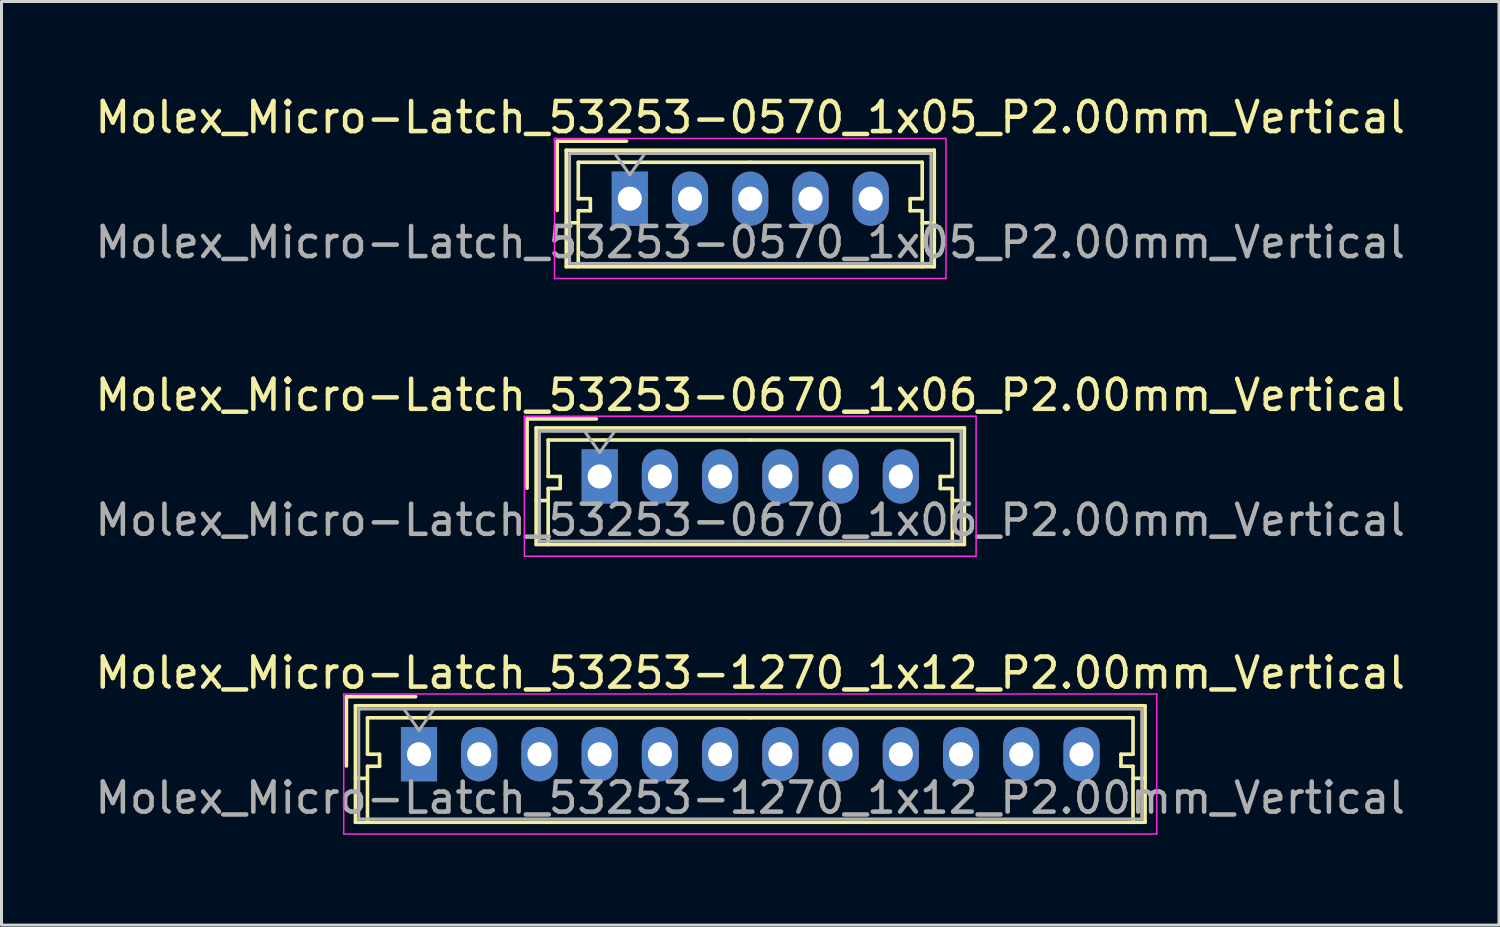
<source format=kicad_pcb>
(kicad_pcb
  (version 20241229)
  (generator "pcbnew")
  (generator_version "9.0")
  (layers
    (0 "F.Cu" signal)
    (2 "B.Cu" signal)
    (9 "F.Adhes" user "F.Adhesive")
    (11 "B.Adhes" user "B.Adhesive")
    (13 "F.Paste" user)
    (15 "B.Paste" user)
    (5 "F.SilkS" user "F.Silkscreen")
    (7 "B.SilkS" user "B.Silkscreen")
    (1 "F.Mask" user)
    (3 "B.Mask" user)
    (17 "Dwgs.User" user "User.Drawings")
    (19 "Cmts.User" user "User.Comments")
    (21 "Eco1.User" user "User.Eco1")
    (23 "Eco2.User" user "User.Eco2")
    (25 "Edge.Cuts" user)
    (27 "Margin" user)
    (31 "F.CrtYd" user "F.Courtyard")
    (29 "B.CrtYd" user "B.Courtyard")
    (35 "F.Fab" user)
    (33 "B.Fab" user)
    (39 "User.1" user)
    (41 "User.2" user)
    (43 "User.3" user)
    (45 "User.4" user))
  (footprint "Molex_Micro-Latch_53253-0570_1x05_P2.00mm_Vertical"
    (layer "F.Cu")
    (at 17.863 3.548)
    (property "Reference" "Molex_Micro-Latch_53253-0570_1x05_P2.00mm_Vertical" (at 4 -2.7 0) (layer "F.SilkS") (effects (font (size 1 1) (thickness 0.15))))
    (attr through_hole)
    (fp_line (start -2.41 -1.91) (end -2.41 0.39) (stroke (width 0.12) (type solid)) (layer "F.SilkS"))
    (fp_line (start -2.11 -1.61) (end -2.11 2.26) (stroke (width 0.12) (type solid)) (layer "F.SilkS"))
    (fp_line (start -2.11 0.8) (end -1.71 0.8) (stroke (width 0.12) (type solid)) (layer "F.SilkS"))
    (fp_line (start -2.11 2.26) (end 10.11 2.26) (stroke (width 0.12) (type solid)) (layer "F.SilkS"))
    (fp_line (start -1.71 -1.21) (end -1.71 0) (stroke (width 0.12) (type solid)) (layer "F.SilkS"))
    (fp_line (start -1.71 0) (end -1.31 0) (stroke (width 0.12) (type solid)) (layer "F.SilkS"))
    (fp_line (start -1.71 0.4) (end -1.71 2.26) (stroke (width 0.12) (type solid)) (layer "F.SilkS"))
    (fp_line (start -1.31 0) (end -1.31 0.4) (stroke (width 0.12) (type solid)) (layer "F.SilkS"))
    (fp_line (start -1.31 0.4) (end -1.71 0.4) (stroke (width 0.12) (type solid)) (layer "F.SilkS"))
    (fp_line (start -0.11 -1.91) (end -2.41 -1.91) (stroke (width 0.12) (type solid)) (layer "F.SilkS"))
    (fp_line (start 4 -1.21) (end -1.71 -1.21) (stroke (width 0.12) (type solid)) (layer "F.SilkS"))
    (fp_line (start 4 -1.21) (end 9.71 -1.21) (stroke (width 0.12) (type solid)) (layer "F.SilkS"))
    (fp_line (start 9.31 0) (end 9.31 0.4) (stroke (width 0.12) (type solid)) (layer "F.SilkS"))
    (fp_line (start 9.31 0.4) (end 9.71 0.4) (stroke (width 0.12) (type solid)) (layer "F.SilkS"))
    (fp_line (start 9.71 -1.21) (end 9.71 0) (stroke (width 0.12) (type solid)) (layer "F.SilkS"))
    (fp_line (start 9.71 0) (end 9.31 0) (stroke (width 0.12) (type solid)) (layer "F.SilkS"))
    (fp_line (start 9.71 0.4) (end 9.71 2.26) (stroke (width 0.12) (type solid)) (layer "F.SilkS"))
    (fp_line (start 10.11 -1.61) (end -2.11 -1.61) (stroke (width 0.12) (type solid)) (layer "F.SilkS"))
    (fp_line (start 10.11 0.8) (end 9.71 0.8) (stroke (width 0.12) (type solid)) (layer "F.SilkS"))
    (fp_line (start 10.11 2.26) (end 10.11 -1.61) (stroke (width 0.12) (type solid)) (layer "F.SilkS"))
    (fp_line (start -2.5 -2) (end -2.5 2.65) (stroke (width 0.05) (type solid)) (layer "F.CrtYd"))
    (fp_line (start -2.5 2.65) (end 10.5 2.65) (stroke (width 0.05) (type solid)) (layer "F.CrtYd"))
    (fp_line (start 10.5 -2) (end -2.5 -2) (stroke (width 0.05) (type solid)) (layer "F.CrtYd"))
    (fp_line (start 10.5 2.65) (end 10.5 -2) (stroke (width 0.05) (type solid)) (layer "F.CrtYd"))
    (fp_line (start -2 -1.5) (end -2 2.15) (stroke (width 0.1) (type solid)) (layer "F.Fab"))
    (fp_line (start -2 2.15) (end 10 2.15) (stroke (width 0.1) (type solid)) (layer "F.Fab"))
    (fp_line (start -0.5 -1.5) (end 0 -0.793) (stroke (width 0.1) (type solid)) (layer "F.Fab"))
    (fp_line (start 0 -0.793) (end 0.5 -1.5) (stroke (width 0.1) (type solid)) (layer "F.Fab"))
    (fp_line (start 10 -1.5) (end -2 -1.5) (stroke (width 0.1) (type solid)) (layer "F.Fab"))
    (fp_line (start 10 2.15) (end 10 -1.5) (stroke (width 0.1) (type solid)) (layer "F.Fab"))
    (fp_text user "${REFERENCE}" (at 4 1.45 0) (layer "F.Fab") (effects (font (size 1 1) (thickness 0.15))))
    (pad "1" thru_hole rect (at 0 0) (size 1.2 1.8) (drill 0.8) (layers "*.Cu" "*.Mask"))
    (pad "2" thru_hole oval (at 2 0) (size 1.2 1.8) (drill 0.8) (layers "*.Cu" "*.Mask"))
    (pad "3" thru_hole oval (at 4 0) (size 1.2 1.8) (drill 0.8) (layers "*.Cu" "*.Mask"))
    (pad "4" thru_hole oval (at 6 0) (size 1.2 1.8) (drill 0.8) (layers "*.Cu" "*.Mask"))
    (pad "5" thru_hole oval (at 8 0) (size 1.2 1.8) (drill 0.8) (layers "*.Cu" "*.Mask")))
  (footprint "Molex_Micro-Latch_53253-0670_1x06_P2.00mm_Vertical"
    (layer "F.Cu")
    (at 16.863 12.771)
    (property "Reference" "Molex_Micro-Latch_53253-0670_1x06_P2.00mm_Vertical" (at 5 -2.7 0) (layer "F.SilkS") (effects (font (size 1 1) (thickness 0.15))))
    (attr through_hole)
    (fp_line (start -2.41 -1.91) (end -2.41 0.39) (stroke (width 0.12) (type solid)) (layer "F.SilkS"))
    (fp_line (start -2.11 -1.61) (end -2.11 2.26) (stroke (width 0.12) (type solid)) (layer "F.SilkS"))
    (fp_line (start -2.11 0.8) (end -1.71 0.8) (stroke (width 0.12) (type solid)) (layer "F.SilkS"))
    (fp_line (start -2.11 2.26) (end 12.11 2.26) (stroke (width 0.12) (type solid)) (layer "F.SilkS"))
    (fp_line (start -1.71 -1.21) (end -1.71 0) (stroke (width 0.12) (type solid)) (layer "F.SilkS"))
    (fp_line (start -1.71 0) (end -1.31 0) (stroke (width 0.12) (type solid)) (layer "F.SilkS"))
    (fp_line (start -1.71 0.4) (end -1.71 2.26) (stroke (width 0.12) (type solid)) (layer "F.SilkS"))
    (fp_line (start -1.31 0) (end -1.31 0.4) (stroke (width 0.12) (type solid)) (layer "F.SilkS"))
    (fp_line (start -1.31 0.4) (end -1.71 0.4) (stroke (width 0.12) (type solid)) (layer "F.SilkS"))
    (fp_line (start -0.11 -1.91) (end -2.41 -1.91) (stroke (width 0.12) (type solid)) (layer "F.SilkS"))
    (fp_line (start 5 -1.21) (end -1.71 -1.21) (stroke (width 0.12) (type solid)) (layer "F.SilkS"))
    (fp_line (start 5 -1.21) (end 11.71 -1.21) (stroke (width 0.12) (type solid)) (layer "F.SilkS"))
    (fp_line (start 11.31 0) (end 11.31 0.4) (stroke (width 0.12) (type solid)) (layer "F.SilkS"))
    (fp_line (start 11.31 0.4) (end 11.71 0.4) (stroke (width 0.12) (type solid)) (layer "F.SilkS"))
    (fp_line (start 11.71 -1.21) (end 11.71 0) (stroke (width 0.12) (type solid)) (layer "F.SilkS"))
    (fp_line (start 11.71 0) (end 11.31 0) (stroke (width 0.12) (type solid)) (layer "F.SilkS"))
    (fp_line (start 11.71 0.4) (end 11.71 2.26) (stroke (width 0.12) (type solid)) (layer "F.SilkS"))
    (fp_line (start 12.11 -1.61) (end -2.11 -1.61) (stroke (width 0.12) (type solid)) (layer "F.SilkS"))
    (fp_line (start 12.11 0.8) (end 11.71 0.8) (stroke (width 0.12) (type solid)) (layer "F.SilkS"))
    (fp_line (start 12.11 2.26) (end 12.11 -1.61) (stroke (width 0.12) (type solid)) (layer "F.SilkS"))
    (fp_line (start -2.5 -2) (end -2.5 2.65) (stroke (width 0.05) (type solid)) (layer "F.CrtYd"))
    (fp_line (start -2.5 2.65) (end 12.5 2.65) (stroke (width 0.05) (type solid)) (layer "F.CrtYd"))
    (fp_line (start 12.5 -2) (end -2.5 -2) (stroke (width 0.05) (type solid)) (layer "F.CrtYd"))
    (fp_line (start 12.5 2.65) (end 12.5 -2) (stroke (width 0.05) (type solid)) (layer "F.CrtYd"))
    (fp_line (start -2 -1.5) (end -2 2.15) (stroke (width 0.1) (type solid)) (layer "F.Fab"))
    (fp_line (start -2 2.15) (end 12 2.15) (stroke (width 0.1) (type solid)) (layer "F.Fab"))
    (fp_line (start -0.5 -1.5) (end 0 -0.793) (stroke (width 0.1) (type solid)) (layer "F.Fab"))
    (fp_line (start 0 -0.793) (end 0.5 -1.5) (stroke (width 0.1) (type solid)) (layer "F.Fab"))
    (fp_line (start 12 -1.5) (end -2 -1.5) (stroke (width 0.1) (type solid)) (layer "F.Fab"))
    (fp_line (start 12 2.15) (end 12 -1.5) (stroke (width 0.1) (type solid)) (layer "F.Fab"))
    (fp_text user "${REFERENCE}" (at 5 1.45 0) (layer "F.Fab") (effects (font (size 1 1) (thickness 0.15))))
    (pad "1" thru_hole rect (at 0 0) (size 1.2 1.8) (drill 0.8) (layers "*.Cu" "*.Mask"))
    (pad "2" thru_hole oval (at 2 0) (size 1.2 1.8) (drill 0.8) (layers "*.Cu" "*.Mask"))
    (pad "3" thru_hole oval (at 4 0) (size 1.2 1.8) (drill 0.8) (layers "*.Cu" "*.Mask"))
    (pad "4" thru_hole oval (at 6 0) (size 1.2 1.8) (drill 0.8) (layers "*.Cu" "*.Mask"))
    (pad "5" thru_hole oval (at 8 0) (size 1.2 1.8) (drill 0.8) (layers "*.Cu" "*.Mask"))
    (pad "6" thru_hole oval (at 10 0) (size 1.2 1.8) (drill 0.8) (layers "*.Cu" "*.Mask")))
  (footprint "Molex_Micro-Latch_53253-1270_1x12_P2.00mm_Vertical"
    (layer "F.Cu")
    (at 10.863 21.995)
    (property "Reference" "Molex_Micro-Latch_53253-1270_1x12_P2.00mm_Vertical" (at 11 -2.7 0) (layer "F.SilkS") (effects (font (size 1 1) (thickness 0.15))))
    (attr through_hole)
    (fp_line (start -2.41 -1.91) (end -2.41 0.39) (stroke (width 0.12) (type solid)) (layer "F.SilkS"))
    (fp_line (start -2.11 -1.61) (end -2.11 2.26) (stroke (width 0.12) (type solid)) (layer "F.SilkS"))
    (fp_line (start -2.11 0.8) (end -1.71 0.8) (stroke (width 0.12) (type solid)) (layer "F.SilkS"))
    (fp_line (start -2.11 2.26) (end 24.11 2.26) (stroke (width 0.12) (type solid)) (layer "F.SilkS"))
    (fp_line (start -1.71 -1.21) (end -1.71 0) (stroke (width 0.12) (type solid)) (layer "F.SilkS"))
    (fp_line (start -1.71 0) (end -1.31 0) (stroke (width 0.12) (type solid)) (layer "F.SilkS"))
    (fp_line (start -1.71 0.4) (end -1.71 2.26) (stroke (width 0.12) (type solid)) (layer "F.SilkS"))
    (fp_line (start -1.31 0) (end -1.31 0.4) (stroke (width 0.12) (type solid)) (layer "F.SilkS"))
    (fp_line (start -1.31 0.4) (end -1.71 0.4) (stroke (width 0.12) (type solid)) (layer "F.SilkS"))
    (fp_line (start -0.11 -1.91) (end -2.41 -1.91) (stroke (width 0.12) (type solid)) (layer "F.SilkS"))
    (fp_line (start 11 -1.21) (end -1.71 -1.21) (stroke (width 0.12) (type solid)) (layer "F.SilkS"))
    (fp_line (start 11 -1.21) (end 23.71 -1.21) (stroke (width 0.12) (type solid)) (layer "F.SilkS"))
    (fp_line (start 23.31 0) (end 23.31 0.4) (stroke (width 0.12) (type solid)) (layer "F.SilkS"))
    (fp_line (start 23.31 0.4) (end 23.71 0.4) (stroke (width 0.12) (type solid)) (layer "F.SilkS"))
    (fp_line (start 23.71 -1.21) (end 23.71 0) (stroke (width 0.12) (type solid)) (layer "F.SilkS"))
    (fp_line (start 23.71 0) (end 23.31 0) (stroke (width 0.12) (type solid)) (layer "F.SilkS"))
    (fp_line (start 23.71 0.4) (end 23.71 2.26) (stroke (width 0.12) (type solid)) (layer "F.SilkS"))
    (fp_line (start 24.11 -1.61) (end -2.11 -1.61) (stroke (width 0.12) (type solid)) (layer "F.SilkS"))
    (fp_line (start 24.11 0.8) (end 23.71 0.8) (stroke (width 0.12) (type solid)) (layer "F.SilkS"))
    (fp_line (start 24.11 2.26) (end 24.11 -1.61) (stroke (width 0.12) (type solid)) (layer "F.SilkS"))
    (fp_line (start -2.5 -2) (end -2.5 2.65) (stroke (width 0.05) (type solid)) (layer "F.CrtYd"))
    (fp_line (start -2.5 2.65) (end 24.5 2.65) (stroke (width 0.05) (type solid)) (layer "F.CrtYd"))
    (fp_line (start 24.5 -2) (end -2.5 -2) (stroke (width 0.05) (type solid)) (layer "F.CrtYd"))
    (fp_line (start 24.5 2.65) (end 24.5 -2) (stroke (width 0.05) (type solid)) (layer "F.CrtYd"))
    (fp_line (start -2 -1.5) (end -2 2.15) (stroke (width 0.1) (type solid)) (layer "F.Fab"))
    (fp_line (start -2 2.15) (end 24 2.15) (stroke (width 0.1) (type solid)) (layer "F.Fab"))
    (fp_line (start -0.5 -1.5) (end 0 -0.793) (stroke (width 0.1) (type solid)) (layer "F.Fab"))
    (fp_line (start 0 -0.793) (end 0.5 -1.5) (stroke (width 0.1) (type solid)) (layer "F.Fab"))
    (fp_line (start 24 -1.5) (end -2 -1.5) (stroke (width 0.1) (type solid)) (layer "F.Fab"))
    (fp_line (start 24 2.15) (end 24 -1.5) (stroke (width 0.1) (type solid)) (layer "F.Fab"))
    (fp_text user "${REFERENCE}" (at 11 1.45 0) (layer "F.Fab") (effects (font (size 1 1) (thickness 0.15))))
    (pad "1" thru_hole rect (at 0 0) (size 1.2 1.8) (drill 0.8) (layers "*.Cu" "*.Mask"))
    (pad "2" thru_hole oval (at 2 0) (size 1.2 1.8) (drill 0.8) (layers "*.Cu" "*.Mask"))
    (pad "3" thru_hole oval (at 4 0) (size 1.2 1.8) (drill 0.8) (layers "*.Cu" "*.Mask"))
    (pad "4" thru_hole oval (at 6 0) (size 1.2 1.8) (drill 0.8) (layers "*.Cu" "*.Mask"))
    (pad "5" thru_hole oval (at 8 0) (size 1.2 1.8) (drill 0.8) (layers "*.Cu" "*.Mask"))
    (pad "6" thru_hole oval (at 10 0) (size 1.2 1.8) (drill 0.8) (layers "*.Cu" "*.Mask"))
    (pad "7" thru_hole oval (at 12 0) (size 1.2 1.8) (drill 0.8) (layers "*.Cu" "*.Mask"))
    (pad "8" thru_hole oval (at 14 0) (size 1.2 1.8) (drill 0.8) (layers "*.Cu" "*.Mask"))
    (pad "9" thru_hole oval (at 16 0) (size 1.2 1.8) (drill 0.8) (layers "*.Cu" "*.Mask"))
    (pad "10" thru_hole oval (at 18 0) (size 1.2 1.8) (drill 0.8) (layers "*.Cu" "*.Mask"))
    (pad "11" thru_hole oval (at 20 0) (size 1.2 1.8) (drill 0.8) (layers "*.Cu" "*.Mask"))
    (pad "12" thru_hole oval (at 22 0) (size 1.2 1.8) (drill 0.8) (layers "*.Cu" "*.Mask")))
  (gr_rect
    (start -3 -3)
    (end 46.726 27.67)
    (stroke (width 0.1) (type default))
    (fill no)
    (layer "Edge.Cuts")))
</source>
